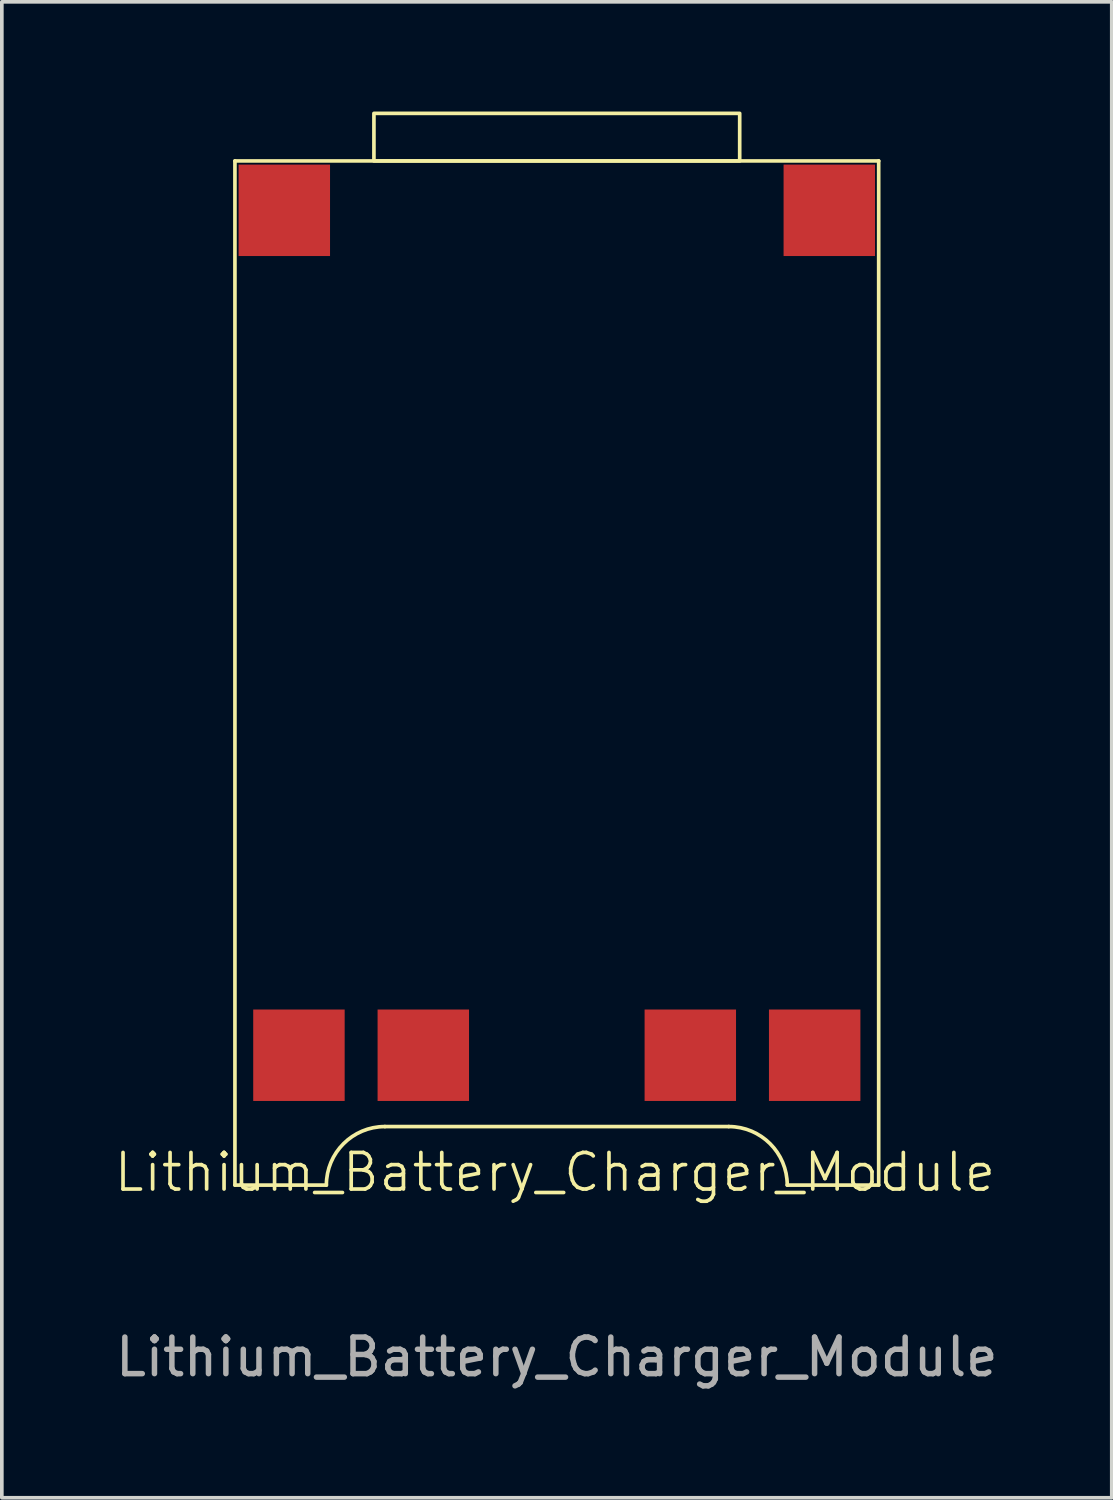
<source format=kicad_pcb>
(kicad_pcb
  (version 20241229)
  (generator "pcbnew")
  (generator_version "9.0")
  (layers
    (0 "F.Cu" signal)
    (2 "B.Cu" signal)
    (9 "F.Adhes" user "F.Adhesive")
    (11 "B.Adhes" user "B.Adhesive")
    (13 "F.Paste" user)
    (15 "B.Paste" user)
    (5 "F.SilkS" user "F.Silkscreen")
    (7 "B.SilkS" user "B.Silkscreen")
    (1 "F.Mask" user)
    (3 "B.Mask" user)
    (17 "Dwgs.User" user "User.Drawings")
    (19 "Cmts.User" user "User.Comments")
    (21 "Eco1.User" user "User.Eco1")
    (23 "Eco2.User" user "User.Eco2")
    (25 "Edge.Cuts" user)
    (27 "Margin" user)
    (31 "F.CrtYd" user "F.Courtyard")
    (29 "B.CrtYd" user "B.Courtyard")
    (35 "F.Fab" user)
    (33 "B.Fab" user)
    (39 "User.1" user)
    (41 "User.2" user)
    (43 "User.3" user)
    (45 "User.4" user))
  (footprint "Lithium_Battery_Charger_Module"
    (layer "F.Cu")
    (at 12.173 15.35)
    (property "Reference" "Lithium_Battery_Charger_Module" (at -0.05 13.65 0) (unlocked yes) (layer "F.SilkS") (effects (font (size 1 1) (thickness 0.1))))
    (attr smd)
    (fp_line (start -8.8 -14) (end -8.8 14) (stroke (width 0.1) (type default)) (layer "F.SilkS"))
    (fp_line (start -8.8 -14) (end 8.8 -14) (stroke (width 0.1) (type default)) (layer "F.SilkS"))
    (fp_line (start -8.8 14) (end -6.3 14) (stroke (width 0.1) (type default)) (layer "F.SilkS"))
    (fp_line (start -4.7 12.4) (end 4.7 12.4) (stroke (width 0.1) (type default)) (layer "F.SilkS"))
    (fp_line (start 8.8 14) (end 6.3 14) (stroke (width 0.1) (type default)) (layer "F.SilkS"))
    (fp_line (start 8.8 14) (end 8.8 -14) (stroke (width 0.1) (type default)) (layer "F.SilkS"))
    (fp_rect (start -5 -15.3) (end 5 -14) (stroke (width 0.1) (type default)) (fill no) (layer "F.SilkS"))
    (fp_arc (start -6.3 14) (mid -5.831371 12.868629) (end -4.7 12.4) (stroke (width 0.1) (type default)) (layer "F.SilkS"))
    (fp_arc (start 4.7 12.4) (mid 5.831371 12.868629) (end 6.3 14) (stroke (width 0.1) (type default)) (layer "F.SilkS"))
    (fp_text user "${REFERENCE}" (at 0 18.7 0) (unlocked yes) (layer "F.Fab") (effects (font (size 1 1) (thickness 0.15))))
    (pad "1" smd rect (at 7.45 -12.65) (size 2.5 2.5) (layers "F.Cu" "F.Mask" "F.Paste"))
    (pad "2" smd rect (at -7.45 -12.65) (size 2.5 2.5) (layers "F.Cu" "F.Mask" "F.Paste"))
    (pad "3" smd rect (at 7.05 10.45) (size 2.5 2.5) (layers "F.Cu" "F.Mask" "F.Paste"))
    (pad "4" smd rect (at -7.05 10.45) (size 2.5 2.5) (layers "F.Cu" "F.Mask" "F.Paste"))
    (pad "5" smd rect (at 3.65 10.45) (size 2.5 2.5) (layers "F.Cu" "F.Mask" "F.Paste"))
    (pad "6" smd rect (at -3.65 10.45) (size 2.5 2.5) (layers "F.Cu" "F.Mask" "F.Paste")))
  (gr_rect
    (start -3 -3)
    (end 27.345 37.898)
    (stroke (width 0.1) (type default))
    (fill no)
    (layer "Edge.Cuts")))
</source>
